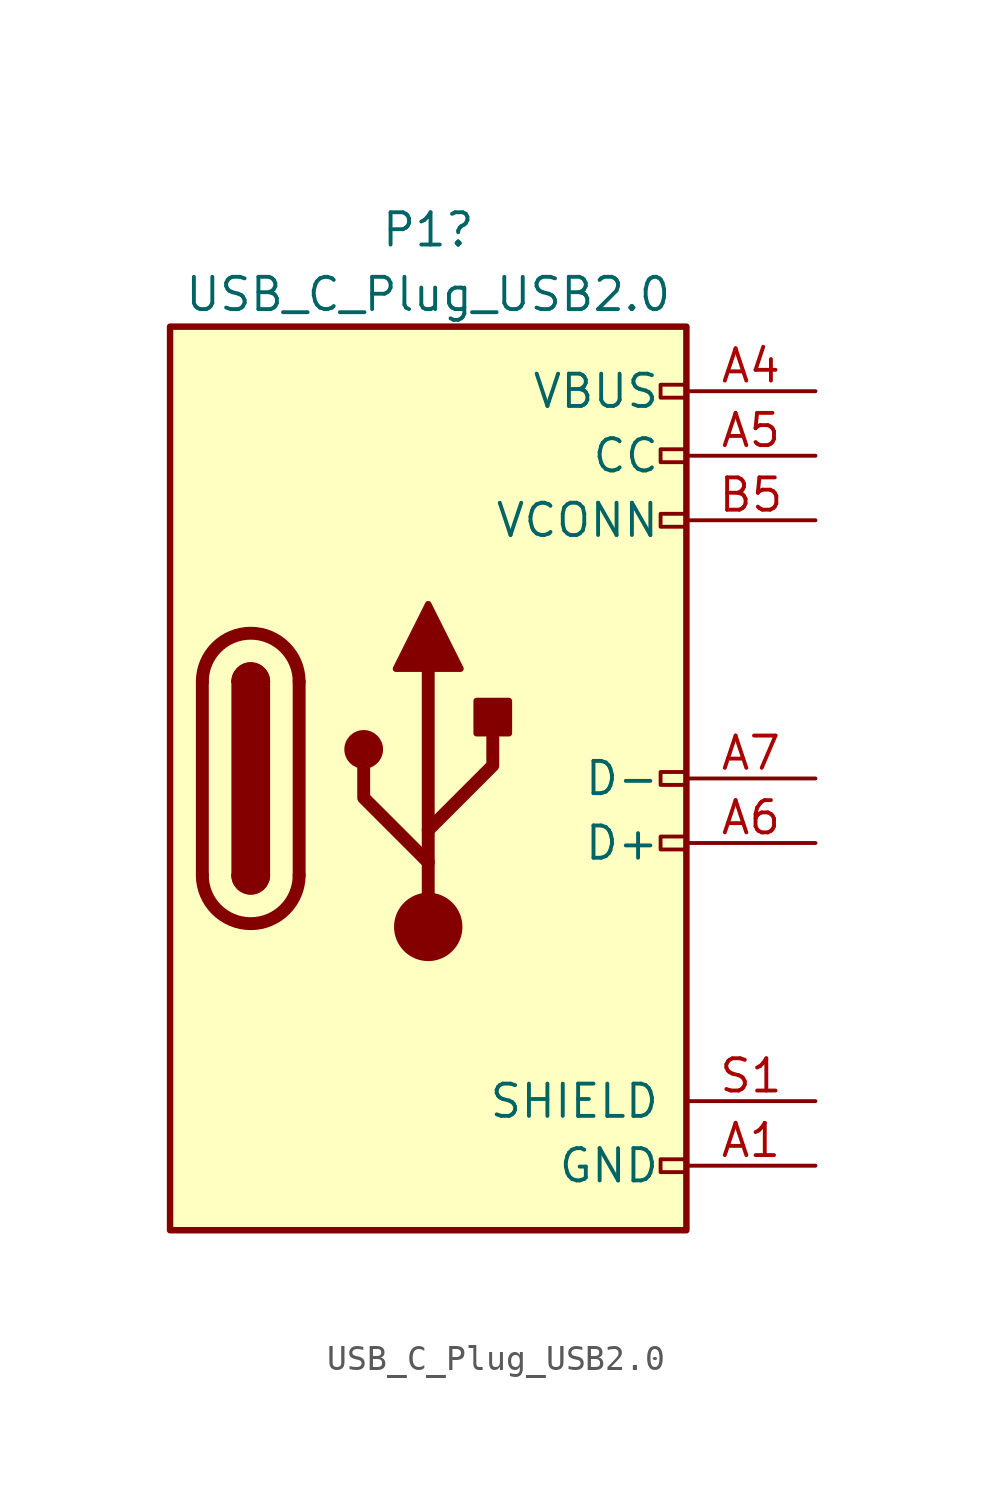
<source format=kicad_sym>
(kicad_symbol_lib
  (version 20220914)
  (generator kicad_symbol_editor)
  (symbol "USB_C_Plug_USB2.0"
    (pin_names
      (offset 1.016))
    (property "Reference" "P1"
      (at 0 21.59 0)
      (effects (font (size 1.27 1.27))))
    (property "Value" "USB_C_Plug_USB2.0"
      (at 0 19.05 0)
      (effects (font (size 1.27 1.27))))
    (symbol "USB_C_Plug_USB2.0_0_0"
      (rectangle (start 10.16 -15.494) (end 9.144 -14.986) (stroke (width 0) (type default)) (fill (type none)))
      (rectangle (start 10.16 -2.286) (end 9.144 -2.794) (stroke (width 0) (type default)) (fill (type none)))
      (rectangle (start 10.16 0.254) (end 9.144 -0.254) (stroke (width 0) (type default)) (fill (type none)))
      (rectangle (start 10.16 10.414) (end 9.144 9.906) (stroke (width 0) (type default)) (fill (type none)))
      (rectangle (start 10.16 12.954) (end 9.144 12.446) (stroke (width 0) (type default)) (fill (type none)))
      (rectangle (start 10.16 15.494) (end 9.144 14.986) (stroke (width 0) (type default)) (fill (type none))))
    (symbol "USB_C_Plug_USB2.0_0_1"
      (rectangle (start -10.16 17.78) (end 10.16 -17.78) (stroke (width 0.254) (type default)) (fill (type background)))
      (arc (start -8.89 -3.81) (mid -6.985 -5.7067) (end -5.08 -3.81) (stroke (width 0.508) (type default)) (fill (type none)))
      (arc (start -7.62 -3.81) (mid -6.985 -4.4423) (end -6.35 -3.81) (stroke (width 0.254) (type default)) (fill (type none)))
      (arc (start -7.62 -3.81) (mid -6.985 -4.4423) (end -6.35 -3.81) (stroke (width 0.254) (type default)) (fill (type outline)))
      (rectangle (start -7.62 -3.81) (end -6.35 3.81) (stroke (width 0.254) (type default)) (fill (type outline)))
      (arc (start -6.35 3.81) (mid -6.985 4.4423) (end -7.62 3.81) (stroke (width 0.254) (type default)) (fill (type none)))
      (arc (start -6.35 3.81) (mid -6.985 4.4423) (end -7.62 3.81) (stroke (width 0.254) (type default)) (fill (type outline)))
      (arc (start -5.08 3.81) (mid -6.985 5.7067) (end -8.89 3.81) (stroke (width 0.508) (type default)) (fill (type none)))
      (circle (center -2.54 1.143) (radius 0.635) (stroke (width 0.254) (type default)) (fill (type outline)))
      (circle (center 0 -5.842) (radius 1.27) (stroke (width 0) (type default)) (fill (type outline)))
      (polyline (pts (xy -8.89 -3.81) (xy -8.89 3.81)) (stroke (width 0.508) (type default)) (fill (type none)))
      (polyline (pts (xy -5.08 3.81) (xy -5.08 -3.81)) (stroke (width 0.508) (type default)) (fill (type none)))
      (polyline (pts (xy 0 -5.842) (xy 0 4.318)) (stroke (width 0.508) (type default)) (fill (type none)))
      (polyline (pts (xy 0 -3.302) (xy -2.54 -0.762) (xy -2.54 0.508)) (stroke (width 0.508) (type default)) (fill (type none)))
      (polyline (pts (xy 0 -2.032) (xy 2.54 0.508) (xy 2.54 1.778)) (stroke (width 0.508) (type default)) (fill (type none)))
      (polyline (pts (xy -1.27 4.318) (xy 0 6.858) (xy 1.27 4.318) (xy -1.27 4.318)) (stroke (width 0.254) (type default)) (fill (type outline)))
      (rectangle (start 1.905 1.778) (end 3.175 3.048) (stroke (width 0.254) (type default)) (fill (type outline))))
    (symbol "USB_C_Plug_USB2.0_1_1"
      (pin passive line (at 15.24 -15.24 180) (length 5.08) (name "GND" (effects (font (size 1.27 1.27)))) (number "A1" (effects (font (size 1.27 1.27)))))
      (pin passive line (at 15.24 -15.24 180) (length 5.08) hide (name "GND" (effects (font (size 1.27 1.27)))) (number "A12" (effects (font (size 1.27 1.27)))))
      (pin passive line (at 15.24 15.24 180) (length 5.08) (name "VBUS" (effects (font (size 1.27 1.27)))) (number "A4" (effects (font (size 1.27 1.27)))))
      (pin bidirectional line (at 15.24 12.7 180) (length 5.08) (name "CC" (effects (font (size 1.27 1.27)))) (number "A5" (effects (font (size 1.27 1.27)))))
      (pin bidirectional line (at 15.24 -2.54 180) (length 5.08) (name "D+" (effects (font (size 1.27 1.27)))) (number "A6" (effects (font (size 1.27 1.27)))))
      (pin bidirectional line (at 15.24 0 180) (length 5.08) (name "D-" (effects (font (size 1.27 1.27)))) (number "A7" (effects (font (size 1.27 1.27)))))
      (pin passive line (at 15.24 15.24 180) (length 5.08) hide (name "VBUS" (effects (font (size 1.27 1.27)))) (number "A9" (effects (font (size 1.27 1.27)))))
      (pin passive line (at 15.24 -15.24 180) (length 5.08) hide (name "GND" (effects (font (size 1.27 1.27)))) (number "B1" (effects (font (size 1.27 1.27)))))
      (pin passive line (at 15.24 -15.24 180) (length 5.08) hide (name "GND" (effects (font (size 1.27 1.27)))) (number "B12" (effects (font (size 1.27 1.27)))))
      (pin passive line (at 15.24 15.24 180) (length 5.08) hide (name "VBUS" (effects (font (size 1.27 1.27)))) (number "B4" (effects (font (size 1.27 1.27)))))
      (pin bidirectional line (at 15.24 10.16 180) (length 5.08) (name "VCONN" (effects (font (size 1.27 1.27)))) (number "B5" (effects (font (size 1.27 1.27)))))
      (pin passive line (at 15.24 15.24 180) (length 5.08) hide (name "VBUS" (effects (font (size 1.27 1.27)))) (number "B9" (effects (font (size 1.27 1.27)))))
      (pin passive line (at 15.24 -12.7 180) (length 5.08) (name "SHIELD" (effects (font (size 1.27 1.27)))) (number "S1" (effects (font (size 1.27 1.27))))))))
</source>
